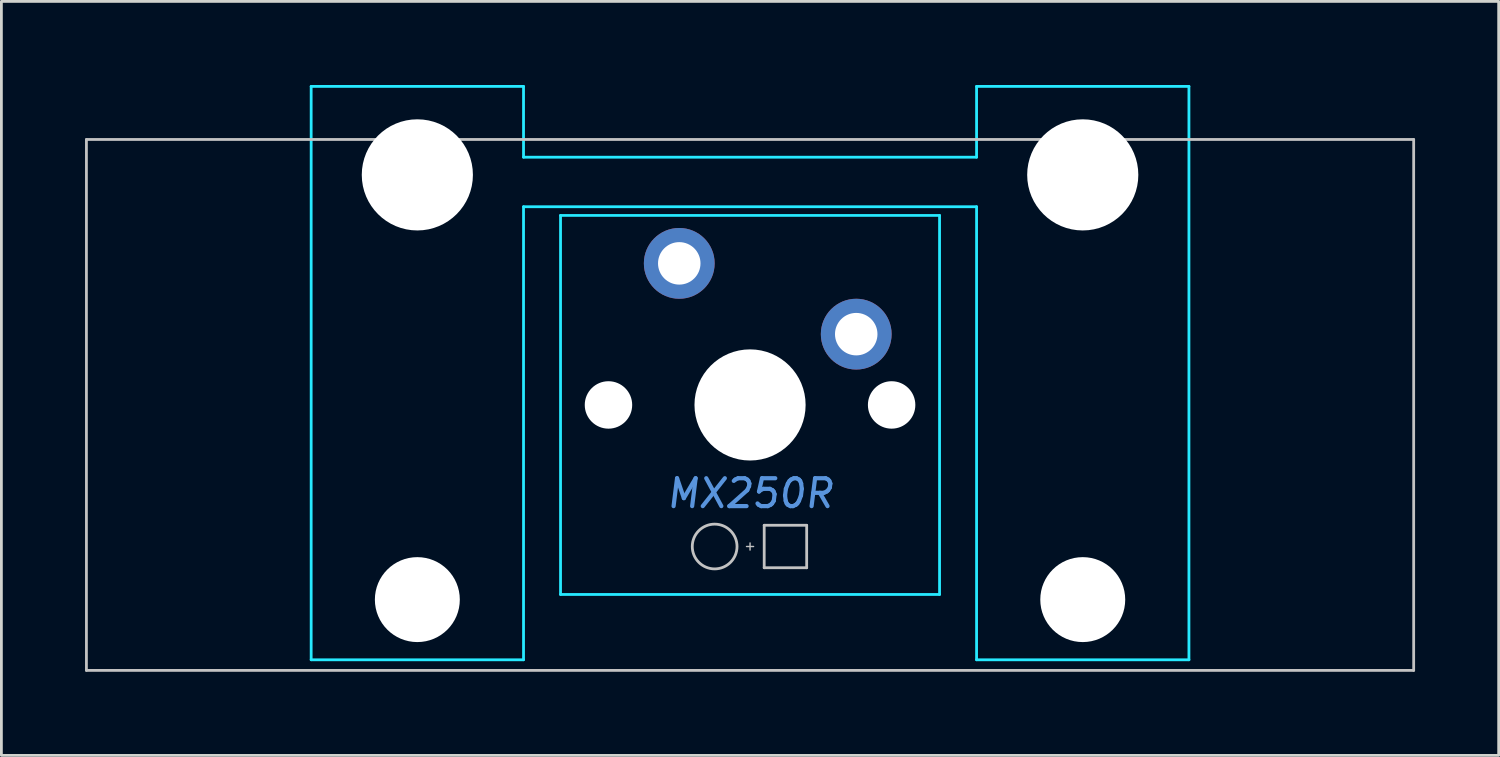
<source format=kicad_pcb>
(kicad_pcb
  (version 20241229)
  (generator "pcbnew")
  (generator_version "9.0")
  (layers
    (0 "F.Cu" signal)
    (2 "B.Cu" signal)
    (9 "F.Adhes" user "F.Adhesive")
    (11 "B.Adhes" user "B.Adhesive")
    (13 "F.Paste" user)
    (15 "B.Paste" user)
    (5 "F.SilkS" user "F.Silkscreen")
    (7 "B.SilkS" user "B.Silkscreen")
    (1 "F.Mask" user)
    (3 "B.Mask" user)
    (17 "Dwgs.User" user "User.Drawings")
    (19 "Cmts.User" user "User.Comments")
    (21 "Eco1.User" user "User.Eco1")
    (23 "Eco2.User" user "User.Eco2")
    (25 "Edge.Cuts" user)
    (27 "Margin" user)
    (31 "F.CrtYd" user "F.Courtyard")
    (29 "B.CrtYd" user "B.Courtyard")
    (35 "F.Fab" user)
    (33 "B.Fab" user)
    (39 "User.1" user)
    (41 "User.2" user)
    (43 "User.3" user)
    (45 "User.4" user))
  (footprint "MX250R"
    (layer "F.Cu")
    (at 23.863 11.48)
    (property "Reference" "MX250R" (at 0 3.175 0) (layer "Cmts.User") (effects (font (size 1 1) (thickness 0.15) (italic yes))))
    (attr through_hole)
    (fp_line (start -23.812 -9.525) (end -23.812 9.525) (stroke (width 0.1) (type solid)) (layer "Dwgs.User"))
    (fp_line (start -23.812 -9.525) (end 23.812 -9.525) (stroke (width 0.1) (type solid)) (layer "Dwgs.User"))
    (fp_line (start -23.812 9.525) (end 23.812 9.525) (stroke (width 0.1) (type solid)) (layer "Dwgs.User"))
    (fp_line (start -0.127 5.08) (end 0.127 5.08) (stroke (width 0.05) (type solid)) (layer "Dwgs.User"))
    (fp_line (start 0 5.207) (end 0 4.953) (stroke (width 0.05) (type solid)) (layer "Dwgs.User"))
    (fp_line (start 0.508 4.318) (end 0.508 5.842) (stroke (width 0.1) (type solid)) (layer "Dwgs.User"))
    (fp_line (start 0.508 4.318) (end 2.032 4.318) (stroke (width 0.1) (type solid)) (layer "Dwgs.User"))
    (fp_line (start 0.508 5.842) (end 2.032 5.842) (stroke (width 0.1) (type solid)) (layer "Dwgs.User"))
    (fp_line (start 2.032 5.842) (end 2.032 4.318) (stroke (width 0.1) (type solid)) (layer "Dwgs.User"))
    (fp_line (start 23.812 -9.525) (end 23.812 9.525) (stroke (width 0.1) (type solid)) (layer "Dwgs.User"))
    (fp_circle (center -1.27 5.08) (end -0.467 5.08) (stroke (width 0.1) (type solid)) (fill no) (layer "Dwgs.User"))
    (fp_line (start -17.17 0.889) (end -17.17 2.921) (stroke (width 0.1) (type solid)) (layer "Eco1.User"))
    (fp_line (start -16.789 3.302) (end -16.535 3.302) (stroke (width 0.1) (type solid)) (layer "Eco1.User"))
    (fp_line (start -16.535 0.508) (end -16.789 0.508) (stroke (width 0.1) (type solid)) (layer "Eco1.User"))
    (fp_line (start -16.154 -6.223) (end -16.154 0.127) (stroke (width 0.1) (type solid)) (layer "Eco1.User"))
    (fp_line (start -16.154 3.683) (end -16.154 5.309) (stroke (width 0.1) (type solid)) (layer "Eco1.User"))
    (fp_line (start -15.773 5.69) (end -9.881 5.69) (stroke (width 0.1) (type solid)) (layer "Eco1.User"))
    (fp_line (start -14.732 -6.604) (end -15.773 -6.604) (stroke (width 0.1) (type solid)) (layer "Eco1.User"))
    (fp_line (start -14.351 -7.391) (end -14.351 -6.985) (stroke (width 0.1) (type solid)) (layer "Eco1.User"))
    (fp_line (start -11.684 -7.772) (end -13.97 -7.772) (stroke (width 0.1) (type solid)) (layer "Eco1.User"))
    (fp_line (start -11.303 -6.985) (end -11.303 -7.391) (stroke (width 0.1) (type solid)) (layer "Eco1.User"))
    (fp_line (start -9.881 -6.604) (end -10.922 -6.604) (stroke (width 0.1) (type solid)) (layer "Eco1.User"))
    (fp_line (start -9.5 -6.198) (end -9.5 -6.223) (stroke (width 0.1) (type solid)) (layer "Eco1.User"))
    (fp_line (start -9.5 5.309) (end -9.5 5.258) (stroke (width 0.1) (type solid)) (layer "Eco1.User"))
    (fp_line (start -9.119 4.877) (end -7.366 4.877) (stroke (width 0.1) (type solid)) (layer "Eco1.User"))
    (fp_line (start -7.366 -5.817) (end -9.119 -5.817) (stroke (width 0.1) (type solid)) (layer "Eco1.User"))
    (fp_line (start -6.985 -6.604) (end -6.985 -6.197) (stroke (width 0.1) (type solid)) (layer "Eco1.User"))
    (fp_line (start -6.985 5.258) (end -6.985 6.604) (stroke (width 0.1) (type solid)) (layer "Eco1.User"))
    (fp_line (start -6.604 -6.985) (end 6.604 -6.985) (stroke (width 0.1) (type solid)) (layer "Eco1.User"))
    (fp_line (start -2.159 0) (end 2.159 0) (stroke (width 0.1) (type solid)) (layer "Eco1.User"))
    (fp_line (start 0 2.159) (end 0 -2.159) (stroke (width 0.1) (type solid)) (layer "Eco1.User"))
    (fp_line (start 6.604 6.985) (end -6.604 6.985) (stroke (width 0.1) (type solid)) (layer "Eco1.User"))
    (fp_line (start 6.985 -6.604) (end 6.985 -6.197) (stroke (width 0.1) (type solid)) (layer "Eco1.User"))
    (fp_line (start 6.985 5.258) (end 6.985 6.604) (stroke (width 0.1) (type solid)) (layer "Eco1.User"))
    (fp_line (start 7.366 -5.817) (end 9.119 -5.817) (stroke (width 0.1) (type solid)) (layer "Eco1.User"))
    (fp_line (start 9.119 4.877) (end 7.366 4.877) (stroke (width 0.1) (type solid)) (layer "Eco1.User"))
    (fp_line (start 9.5 -6.198) (end 9.5 -6.223) (stroke (width 0.1) (type solid)) (layer "Eco1.User"))
    (fp_line (start 9.5 5.309) (end 9.5 5.258) (stroke (width 0.1) (type solid)) (layer "Eco1.User"))
    (fp_line (start 9.881 -6.604) (end 10.922 -6.604) (stroke (width 0.1) (type solid)) (layer "Eco1.User"))
    (fp_line (start 11.303 -6.985) (end 11.303 -7.391) (stroke (width 0.1) (type solid)) (layer "Eco1.User"))
    (fp_line (start 11.684 -7.772) (end 13.97 -7.772) (stroke (width 0.1) (type solid)) (layer "Eco1.User"))
    (fp_line (start 14.351 -7.391) (end 14.351 -6.985) (stroke (width 0.1) (type solid)) (layer "Eco1.User"))
    (fp_line (start 14.732 -6.604) (end 15.773 -6.604) (stroke (width 0.1) (type solid)) (layer "Eco1.User"))
    (fp_line (start 15.773 5.69) (end 9.881 5.69) (stroke (width 0.1) (type solid)) (layer "Eco1.User"))
    (fp_line (start 16.154 -6.223) (end 16.154 0.127) (stroke (width 0.1) (type solid)) (layer "Eco1.User"))
    (fp_line (start 16.154 3.683) (end 16.154 5.309) (stroke (width 0.1) (type solid)) (layer "Eco1.User"))
    (fp_line (start 16.535 0.508) (end 16.789 0.508) (stroke (width 0.1) (type solid)) (layer "Eco1.User"))
    (fp_line (start 16.789 3.302) (end 16.535 3.302) (stroke (width 0.1) (type solid)) (layer "Eco1.User"))
    (fp_line (start 17.17 0.889) (end 17.17 2.921) (stroke (width 0.1) (type solid)) (layer "Eco1.User"))
    (fp_arc (start -17.1704 0.889) (mid -17.058808 0.619592) (end -16.7894 0.508) (stroke (width 0.1) (type solid)) (layer "Eco1.User"))
    (fp_arc (start -16.7894 3.302) (mid -17.058808 3.190408) (end -17.1704 2.921) (stroke (width 0.1) (type solid)) (layer "Eco1.User"))
    (fp_arc (start -16.5354 3.302) (mid -16.265992 3.413592) (end -16.1544 3.683) (stroke (width 0.1) (type solid)) (layer "Eco1.User"))
    (fp_arc (start -16.1544 -6.223) (mid -16.042808 -6.492408) (end -15.7734 -6.604) (stroke (width 0.1) (type solid)) (layer "Eco1.User"))
    (fp_arc (start -16.1544 0.127) (mid -16.265992 0.396408) (end -16.5354 0.508) (stroke (width 0.1) (type solid)) (layer "Eco1.User"))
    (fp_arc (start -15.7734 5.6896) (mid -16.042808 5.578008) (end -16.1544 5.3086) (stroke (width 0.1) (type solid)) (layer "Eco1.User"))
    (fp_arc (start -14.351 -7.3914) (mid -14.239408 -7.660808) (end -13.97 -7.7724) (stroke (width 0.1) (type solid)) (layer "Eco1.User"))
    (fp_arc (start -14.351 -6.985) (mid -14.462592 -6.715592) (end -14.732 -6.604) (stroke (width 0.1) (type solid)) (layer "Eco1.User"))
    (fp_arc (start -11.684 -7.7724) (mid -11.414592 -7.660808) (end -11.303 -7.3914) (stroke (width 0.1) (type solid)) (layer "Eco1.User"))
    (fp_arc (start -10.922 -6.604) (mid -11.191408 -6.715592) (end -11.303 -6.985) (stroke (width 0.1) (type solid)) (layer "Eco1.User"))
    (fp_arc (start -9.8806 -6.604) (mid -9.611192 -6.492408) (end -9.4996 -6.223) (stroke (width 0.1) (type solid)) (layer "Eco1.User"))
    (fp_arc (start -9.4996 5.2578) (mid -9.388008 4.988392) (end -9.1186 4.8768) (stroke (width 0.1) (type solid)) (layer "Eco1.User"))
    (fp_arc (start -9.4996 5.3086) (mid -9.611192 5.578008) (end -9.8806 5.6896) (stroke (width 0.1) (type solid)) (layer "Eco1.User"))
    (fp_arc (start -9.1186 -5.8166) (mid -9.388008 -5.928192) (end -9.4996 -6.1976) (stroke (width 0.1) (type solid)) (layer "Eco1.User"))
    (fp_arc (start -7.366 4.8768) (mid -7.096592 4.988392) (end -6.985 5.2578) (stroke (width 0.1) (type solid)) (layer "Eco1.User"))
    (fp_arc (start -6.985 -6.604) (mid -6.873408 -6.873408) (end -6.604 -6.985) (stroke (width 0.1) (type solid)) (layer "Eco1.User"))
    (fp_arc (start -6.985 -6.1976) (mid -7.096592 -5.928192) (end -7.366 -5.8166) (stroke (width 0.1) (type solid)) (layer "Eco1.User"))
    (fp_arc (start -6.604 6.985) (mid -6.873408 6.873408) (end -6.985 6.604) (stroke (width 0.1) (type solid)) (layer "Eco1.User"))
    (fp_arc (start 6.604 -6.985) (mid 6.873408 -6.873408) (end 6.985 -6.604) (stroke (width 0.1) (type solid)) (layer "Eco1.User"))
    (fp_arc (start 6.985 5.2578) (mid 7.096592 4.988392) (end 7.366 4.8768) (stroke (width 0.1) (type solid)) (layer "Eco1.User"))
    (fp_arc (start 6.985 6.604) (mid 6.873408 6.873408) (end 6.604 6.985) (stroke (width 0.1) (type solid)) (layer "Eco1.User"))
    (fp_arc (start 7.366 -5.8166) (mid 7.096592 -5.928192) (end 6.985 -6.1976) (stroke (width 0.1) (type solid)) (layer "Eco1.User"))
    (fp_arc (start 9.1186 4.8768) (mid 9.388008 4.988392) (end 9.4996 5.2578) (stroke (width 0.1) (type solid)) (layer "Eco1.User"))
    (fp_arc (start 9.4996 -6.223) (mid 9.611192 -6.492408) (end 9.8806 -6.604) (stroke (width 0.1) (type solid)) (layer "Eco1.User"))
    (fp_arc (start 9.4996 -6.1976) (mid 9.388008 -5.928192) (end 9.1186 -5.8166) (stroke (width 0.1) (type solid)) (layer "Eco1.User"))
    (fp_arc (start 9.8806 5.6896) (mid 9.611192 5.578008) (end 9.4996 5.3086) (stroke (width 0.1) (type solid)) (layer "Eco1.User"))
    (fp_arc (start 11.303 -7.3914) (mid 11.414592 -7.660808) (end 11.684 -7.7724) (stroke (width 0.1) (type solid)) (layer "Eco1.User"))
    (fp_arc (start 11.303 -6.985) (mid 11.191408 -6.715592) (end 10.922 -6.604) (stroke (width 0.1) (type solid)) (layer "Eco1.User"))
    (fp_arc (start 13.97 -7.7724) (mid 14.239408 -7.660808) (end 14.351 -7.3914) (stroke (width 0.1) (type solid)) (layer "Eco1.User"))
    (fp_arc (start 14.732 -6.604) (mid 14.462592 -6.715592) (end 14.351 -6.985) (stroke (width 0.1) (type solid)) (layer "Eco1.User"))
    (fp_arc (start 15.7734 -6.604) (mid 16.042808 -6.492408) (end 16.1544 -6.223) (stroke (width 0.1) (type solid)) (layer "Eco1.User"))
    (fp_arc (start 16.1544 3.683) (mid 16.265992 3.413592) (end 16.5354 3.302) (stroke (width 0.1) (type solid)) (layer "Eco1.User"))
    (fp_arc (start 16.1544 5.3086) (mid 16.042808 5.578008) (end 15.7734 5.6896) (stroke (width 0.1) (type solid)) (layer "Eco1.User"))
    (fp_arc (start 16.5354 0.508) (mid 16.265992 0.396408) (end 16.1544 0.127) (stroke (width 0.1) (type solid)) (layer "Eco1.User"))
    (fp_arc (start 16.7894 0.508) (mid 17.058808 0.619592) (end 17.1704 0.889) (stroke (width 0.1) (type solid)) (layer "Eco1.User"))
    (fp_arc (start 17.1704 2.921) (mid 17.058808 3.190408) (end 16.7894 3.302) (stroke (width 0.1) (type solid)) (layer "Eco1.User"))
    (fp_circle (center 0 0) (end -1.994 0) (stroke (width 0.1) (type solid)) (fill no) (layer "Eco1.User"))
    (fp_line (start -15.748 -11.43) (end -8.128 -11.43) (stroke (width 0.1) (type solid)) (layer "B.CrtYd"))
    (fp_line (start -15.748 9.144) (end -15.748 -11.43) (stroke (width 0.1) (type solid)) (layer "B.CrtYd"))
    (fp_line (start -8.128 -11.43) (end -8.128 -8.89) (stroke (width 0.1) (type solid)) (layer "B.CrtYd"))
    (fp_line (start -8.128 9.144) (end -15.748 9.144) (stroke (width 0.1) (type solid)) (layer "B.CrtYd"))
    (fp_line (start -8.128 9.144) (end -8.128 -7.112) (stroke (width 0.1) (type solid)) (layer "B.CrtYd"))
    (fp_line (start -6.8 6.8) (end -6.8 -6.8) (stroke (width 0.1) (type solid)) (layer "B.CrtYd"))
    (fp_line (start 6.8 -6.8) (end -6.8 -6.8) (stroke (width 0.1) (type solid)) (layer "B.CrtYd"))
    (fp_line (start 6.8 6.8) (end -6.8 6.8) (stroke (width 0.1) (type solid)) (layer "B.CrtYd"))
    (fp_line (start 6.8 6.8) (end 6.8 -6.8) (stroke (width 0.1) (type solid)) (layer "B.CrtYd"))
    (fp_line (start 8.128 -11.43) (end 8.128 -8.89) (stroke (width 0.1) (type solid)) (layer "B.CrtYd"))
    (fp_line (start 8.128 -11.43) (end 15.748 -11.43) (stroke (width 0.1) (type solid)) (layer "B.CrtYd"))
    (fp_line (start 8.128 -8.89) (end -8.128 -8.89) (stroke (width 0.1) (type solid)) (layer "B.CrtYd"))
    (fp_line (start 8.128 -7.112) (end -8.128 -7.112) (stroke (width 0.1) (type solid)) (layer "B.CrtYd"))
    (fp_line (start 8.128 9.144) (end 8.128 -7.112) (stroke (width 0.1) (type solid)) (layer "B.CrtYd"))
    (fp_line (start 15.748 -11.43) (end 15.748 9.144) (stroke (width 0.1) (type solid)) (layer "B.CrtYd"))
    (fp_line (start 15.748 9.144) (end 8.128 9.144) (stroke (width 0.1) (type solid)) (layer "B.CrtYd"))
    (pad "" np_thru_hole circle (at -11.938 -8.255 180) (size 3.988 3.988) (drill 3.988) (layers "*.Cu" "*.Mask"))
    (pad "" np_thru_hole circle (at -11.938 6.985 180) (size 3.048 3.048) (drill 3.048) (layers "*.Cu" "*.Mask"))
    (pad "" np_thru_hole circle (at -5.08 0) (size 1.702 1.702) (drill 1.702) (layers "*.Cu" "*.Mask"))
    (pad "" np_thru_hole circle (at 0 0) (size 3.988 3.988) (drill 3.988) (layers "*.Cu" "*.Mask"))
    (pad "" np_thru_hole circle (at 5.08 0) (size 1.702 1.702) (drill 1.702) (layers "*.Cu" "*.Mask"))
    (pad "" np_thru_hole circle (at 11.938 -8.255 180) (size 3.988 3.988) (drill 3.988) (layers "*.Cu" "*.Mask"))
    (pad "" np_thru_hole circle (at 11.938 6.985 180) (size 3.048 3.048) (drill 3.048) (layers "*.Cu" "*.Mask"))
    (pad "1" thru_hole circle (at -2.54 -5.08) (size 2.54 2.54) (drill 1.524) (layers "*.Cu" "*.Mask"))
    (pad "2" thru_hole circle (at 3.81 -2.54) (size 2.54 2.54) (drill 1.524) (layers "*.Cu" "*.Mask")))
  (gr_rect
    (start -3 -3)
    (end 50.725 24.055)
    (stroke (width 0.1) (type default))
    (fill no)
    (layer "Edge.Cuts")))
</source>
